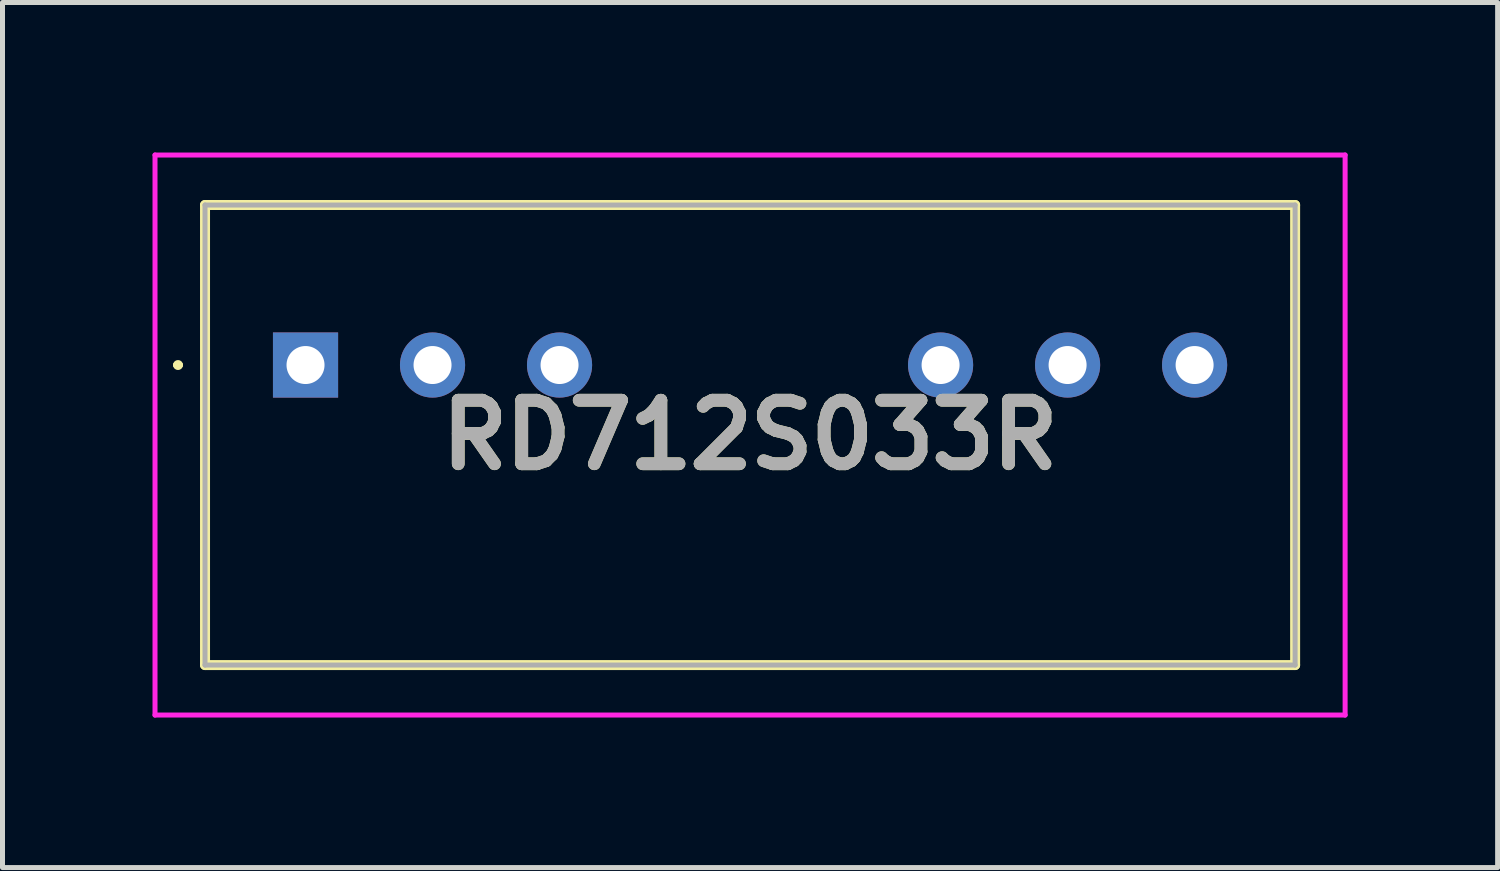
<source format=kicad_pcb>
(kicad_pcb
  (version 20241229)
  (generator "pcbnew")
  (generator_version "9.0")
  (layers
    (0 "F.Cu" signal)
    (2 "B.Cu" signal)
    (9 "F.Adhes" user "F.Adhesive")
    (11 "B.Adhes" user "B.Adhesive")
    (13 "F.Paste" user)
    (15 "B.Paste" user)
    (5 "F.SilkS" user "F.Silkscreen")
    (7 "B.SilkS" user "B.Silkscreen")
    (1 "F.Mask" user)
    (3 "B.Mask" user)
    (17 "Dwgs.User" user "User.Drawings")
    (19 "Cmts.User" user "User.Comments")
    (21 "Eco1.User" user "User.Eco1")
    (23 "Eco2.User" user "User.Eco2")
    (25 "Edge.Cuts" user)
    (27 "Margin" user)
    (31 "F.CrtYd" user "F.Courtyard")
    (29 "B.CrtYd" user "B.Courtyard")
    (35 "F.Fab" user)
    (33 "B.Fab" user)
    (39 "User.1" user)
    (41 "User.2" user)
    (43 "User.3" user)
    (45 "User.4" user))
  (footprint "RD712S033R"
    (layer "F.Cu")
    (at 3.06 4.25)
    (property "Reference" "RD712S033R" (at 8.89 1.4 0) (layer "F.SilkS") (effects (font (size 1.27 1.27) (thickness 0.254))))
    (attr through_hole)
    (fp_line (start -2.6 0) (end -2.6 0) (stroke (width 0.1) (type solid)) (layer "F.SilkS"))
    (fp_line (start -2.5 0) (end -2.5 0) (stroke (width 0.1) (type solid)) (layer "F.SilkS"))
    (fp_line (start -2.01 -3.2) (end 19.79 -3.2) (stroke (width 0.2) (type solid)) (layer "F.SilkS"))
    (fp_line (start -2.01 6) (end -2.01 -3.2) (stroke (width 0.2) (type solid)) (layer "F.SilkS"))
    (fp_line (start 19.79 -3.2) (end 19.79 6) (stroke (width 0.2) (type solid)) (layer "F.SilkS"))
    (fp_line (start 19.79 6) (end -2.01 6) (stroke (width 0.2) (type solid)) (layer "F.SilkS"))
    (fp_arc (start -2.6 0) (mid -2.55 -0.05) (end -2.5 0) (stroke (width 0.1) (type solid)) (layer "F.SilkS"))
    (fp_arc (start -2.5 0) (mid -2.55 0.05) (end -2.6 0) (stroke (width 0.1) (type solid)) (layer "F.SilkS"))
    (fp_line (start -3.01 -4.2) (end 20.79 -4.2) (stroke (width 0.1) (type solid)) (layer "F.CrtYd"))
    (fp_line (start -3.01 7) (end -3.01 -4.2) (stroke (width 0.1) (type solid)) (layer "F.CrtYd"))
    (fp_line (start 20.79 -4.2) (end 20.79 7) (stroke (width 0.1) (type solid)) (layer "F.CrtYd"))
    (fp_line (start 20.79 7) (end -3.01 7) (stroke (width 0.1) (type solid)) (layer "F.CrtYd"))
    (fp_line (start -2.01 -3.2) (end 19.79 -3.2) (stroke (width 0.1) (type solid)) (layer "F.Fab"))
    (fp_line (start -2.01 6) (end -2.01 -3.2) (stroke (width 0.1) (type solid)) (layer "F.Fab"))
    (fp_line (start 19.79 -3.2) (end 19.79 6) (stroke (width 0.1) (type solid)) (layer "F.Fab"))
    (fp_line (start 19.79 6) (end -2.01 6) (stroke (width 0.1) (type solid)) (layer "F.Fab"))
    (fp_text user "${REFERENCE}" (at 8.89 1.4 0) (layer "F.Fab") (effects (font (size 1.27 1.27) (thickness 0.254))))
    (pad "1" thru_hole rect (at 0 0) (size 1.303 1.303) (drill 0.76) (layers "*.Cu" "*.Mask"))
    (pad "2" thru_hole circle (at 2.54 0) (size 1.303 1.303) (drill 0.76) (layers "*.Cu" "*.Mask"))
    (pad "3" thru_hole circle (at 5.08 0) (size 1.303 1.303) (drill 0.76) (layers "*.Cu" "*.Mask"))
    (pad "6" thru_hole circle (at 12.7 0) (size 1.303 1.303) (drill 0.76) (layers "*.Cu" "*.Mask"))
    (pad "7" thru_hole circle (at 15.24 0) (size 1.303 1.303) (drill 0.76) (layers "*.Cu" "*.Mask"))
    (pad "8" thru_hole circle (at 17.78 0) (size 1.303 1.303) (drill 0.76) (layers "*.Cu" "*.Mask")))
  (gr_rect
    (start -3 -3)
    (end 26.9 14.3)
    (stroke (width 0.1) (type default))
    (fill no)
    (layer "Edge.Cuts")))
</source>
